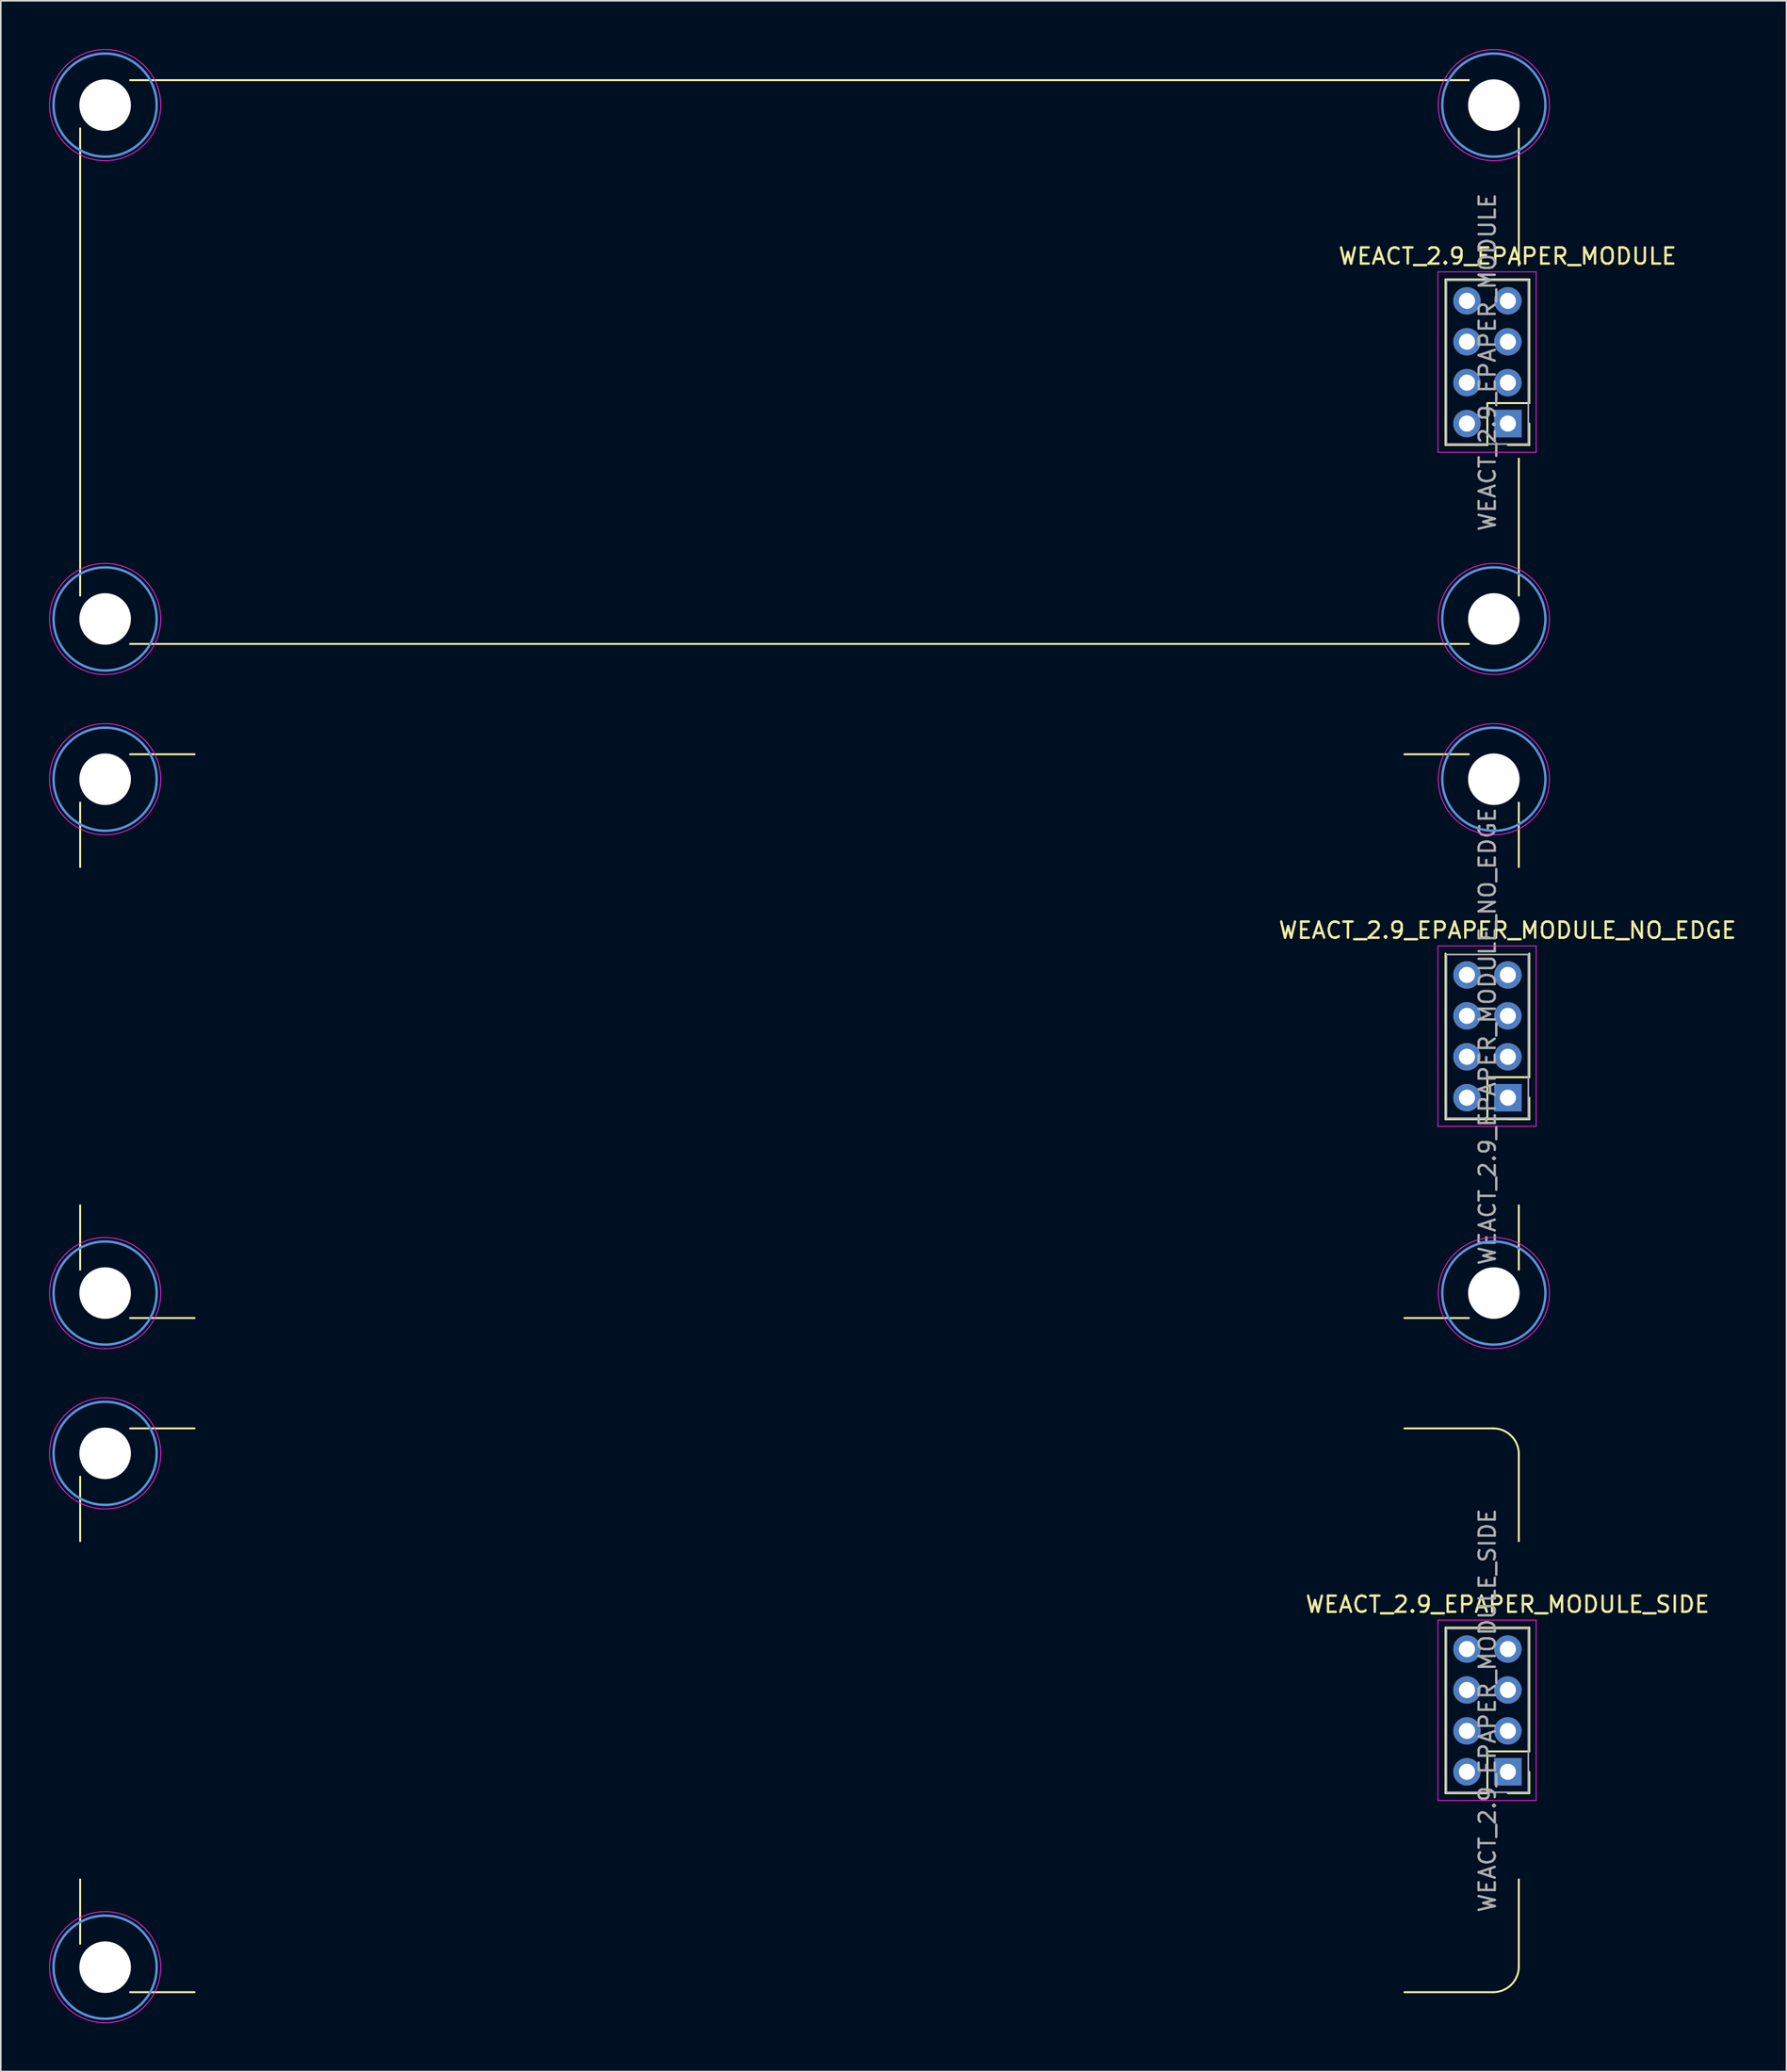
<source format=kicad_pcb>
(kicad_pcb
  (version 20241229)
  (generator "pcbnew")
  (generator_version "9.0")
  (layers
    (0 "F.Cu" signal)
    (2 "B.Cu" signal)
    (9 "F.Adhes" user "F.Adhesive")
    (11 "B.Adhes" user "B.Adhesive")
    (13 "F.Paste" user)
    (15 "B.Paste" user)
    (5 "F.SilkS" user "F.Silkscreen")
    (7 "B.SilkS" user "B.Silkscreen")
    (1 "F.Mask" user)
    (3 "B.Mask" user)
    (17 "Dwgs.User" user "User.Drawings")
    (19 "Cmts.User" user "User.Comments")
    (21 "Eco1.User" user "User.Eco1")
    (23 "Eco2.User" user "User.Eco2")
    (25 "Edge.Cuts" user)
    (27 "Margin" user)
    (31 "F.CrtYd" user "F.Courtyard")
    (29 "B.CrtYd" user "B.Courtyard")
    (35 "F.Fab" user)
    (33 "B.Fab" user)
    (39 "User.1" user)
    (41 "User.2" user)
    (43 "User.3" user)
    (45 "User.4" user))
  (footprint "WEACT_2.9_EPAPER_MODULE_NO_EDGE"
    (layer "F.Cu")
    (at 89.275 61.285)
    (property "Reference" "WEACT_2.9_EPAPER_MODULE_NO_EDGE" (at 1.25 -6.58 0) (layer "F.SilkS") (effects (font (size 1 1) (thickness 0.15))))
    (attr through_hole)
    (fp_line (start -87.35 -10.51) (end -87.35 -14.51) (stroke (width 0.12) (type solid)) (layer "F.SilkS"))
    (fp_line (start -87.35 14.49) (end -87.35 10.49) (stroke (width 0.12) (type solid)) (layer "F.SilkS"))
    (fp_line (start -84.25 -17.51) (end -80.25 -17.51) (stroke (width 0.12) (type solid)) (layer "F.SilkS"))
    (fp_line (start -84.25 17.49) (end -80.25 17.49) (stroke (width 0.12) (type solid)) (layer "F.SilkS"))
    (fp_line (start -5.15 -17.51) (end -1.15 -17.51) (stroke (width 0.12) (type solid)) (layer "F.SilkS"))
    (fp_line (start -5.15 17.49) (end -1.15 17.49) (stroke (width 0.12) (type solid)) (layer "F.SilkS"))
    (fp_line (start -2.6 5.14) (end -2.6 -5.14) (stroke (width 0.12) (type solid)) (layer "F.SilkS"))
    (fp_line (start -2.6 5.14) (end 0 5.14) (stroke (width 0.12) (type solid)) (layer "F.SilkS"))
    (fp_line (start -2.6 5.14) (end 2.6 5.14) (stroke (width 0.12) (type solid)) (layer "F.SilkS"))
    (fp_line (start 0 2.54) (end 2.6 2.54) (stroke (width 0.12) (type solid)) (layer "F.SilkS"))
    (fp_line (start 0 5.14) (end 0 2.54) (stroke (width 0.12) (type solid)) (layer "F.SilkS"))
    (fp_line (start 1.27 5.14) (end 2.6 5.14) (stroke (width 0.12) (type solid)) (layer "F.SilkS"))
    (fp_line (start 1.95 -10.51) (end 1.95 -14.51) (stroke (width 0.12) (type solid)) (layer "F.SilkS"))
    (fp_line (start 1.95 14.49) (end 1.95 10.49) (stroke (width 0.12) (type solid)) (layer "F.SilkS"))
    (fp_line (start 2.6 2.54) (end 2.6 -5.14) (stroke (width 0.12) (type solid)) (layer "F.SilkS"))
    (fp_line (start 2.6 5.14) (end 2.6 3.81) (stroke (width 0.12) (type solid)) (layer "F.SilkS"))
    (fp_circle (center -85.8 -15.96) (end -82.6 -15.96) (stroke (width 0.15) (type solid)) (fill no) (layer "Cmts.User"))
    (fp_circle (center -85.8 15.94) (end -82.6 15.94) (stroke (width 0.15) (type solid)) (fill no) (layer "Cmts.User"))
    (fp_circle (center 0.4 -15.96) (end 3.6 -15.96) (stroke (width 0.15) (type solid)) (fill no) (layer "Cmts.User"))
    (fp_circle (center 0.4 15.94) (end 3.6 15.94) (stroke (width 0.15) (type solid)) (fill no) (layer "Cmts.User"))
    (fp_line (start -3.07 -5.61) (end 3.03 -5.61) (stroke (width 0.05) (type solid)) (layer "F.CrtYd"))
    (fp_line (start -3.07 5.59) (end -3.07 -5.61) (stroke (width 0.05) (type solid)) (layer "F.CrtYd"))
    (fp_line (start 3.03 -5.61) (end 3.03 5.59) (stroke (width 0.05) (type solid)) (layer "F.CrtYd"))
    (fp_line (start 3.03 5.59) (end -3.07 5.59) (stroke (width 0.05) (type solid)) (layer "F.CrtYd"))
    (fp_arc (start -89.25 15.939999) (mid -82.35 15.940001) (end -89.25 15.939999) (stroke (width 0.05) (type default)) (layer "F.CrtYd"))
    (fp_arc (start -89.249999 -15.96) (mid -82.349999 -15.959998) (end -89.249999 -15.96) (stroke (width 0.05) (type default)) (layer "F.CrtYd"))
    (fp_arc (start -3.05 -15.960001) (mid 3.85 -15.959999) (end -3.05 -15.960001) (stroke (width 0.05) (type default)) (layer "F.CrtYd"))
    (fp_arc (start -3.05 15.939999) (mid 3.85 15.940001) (end -3.05 15.939999) (stroke (width 0.05) (type default)) (layer "F.CrtYd"))
    (fp_line (start -2.54 -5.08) (end 2.54 -5.08) (stroke (width 0.1) (type solid)) (layer "F.Fab"))
    (fp_line (start -2.54 5.08) (end -2.54 -5.08) (stroke (width 0.1) (type solid)) (layer "F.Fab"))
    (fp_line (start 2.54 -5.08) (end 2.54 5.08) (stroke (width 0.1) (type solid)) (layer "F.Fab"))
    (fp_line (start 2.54 5.08) (end -2.54 5.08) (stroke (width 0.1) (type solid)) (layer "F.Fab"))
    (fp_text user "${REFERENCE}" (at 0 0 90) (layer "F.Fab") (effects (font (size 1 1) (thickness 0.15))))
    (pad "" np_thru_hole circle (at -85.8 -15.96) (size 3.2 3.2) (drill 3.2) (layers "*.Cu" "*.Mask"))
    (pad "" np_thru_hole circle (at -85.8 15.94) (size 3.2 3.2) (drill 3.2) (layers "*.Cu" "*.Mask"))
    (pad "" np_thru_hole circle (at 0.4 -15.96) (size 3.2 3.2) (drill 3.2) (layers "*.Cu" "*.Mask"))
    (pad "" np_thru_hole circle (at 0.4 15.94) (size 3.2 3.2) (drill 3.2) (layers "*.Cu" "*.Mask"))
    (pad "1" thru_hole oval (at 1.27 -3.81) (size 1.7 1.7) (drill 1) (layers "*.Cu" "*.Mask"))
    (pad "2" thru_hole oval (at -1.27 -3.81) (size 1.7 1.7) (drill 1) (layers "*.Cu" "*.Mask"))
    (pad "3" thru_hole oval (at 1.27 -1.27) (size 1.7 1.7) (drill 1) (layers "*.Cu" "*.Mask"))
    (pad "4" thru_hole oval (at -1.27 -1.27) (size 1.7 1.7) (drill 1) (layers "*.Cu" "*.Mask"))
    (pad "5" thru_hole oval (at 1.27 1.27) (size 1.7 1.7) (drill 1) (layers "*.Cu" "*.Mask"))
    (pad "6" thru_hole oval (at -1.27 1.27) (size 1.7 1.7) (drill 1) (layers "*.Cu" "*.Mask"))
    (pad "7" thru_hole rect (at 1.27 3.81) (size 1.7 1.7) (drill 1) (layers "*.Cu" "*.Mask"))
    (pad "8" thru_hole oval (at -1.27 3.81) (size 1.7 1.7) (drill 1) (layers "*.Cu" "*.Mask")))
  (footprint "WEACT_2.9_EPAPER_MODULE_SIDE"
    (layer "F.Cu")
    (at 89.275 103.135)
    (property "Reference" "WEACT_2.9_EPAPER_MODULE_SIDE" (at 1.25 -6.58 0) (layer "F.SilkS") (effects (font (size 1 1) (thickness 0.15))))
    (attr through_hole)
    (fp_line (start -87.35 -10.51) (end -87.35 -14.51) (stroke (width 0.12) (type solid)) (layer "F.SilkS"))
    (fp_line (start -87.35 14.49) (end -87.35 10.49) (stroke (width 0.12) (type solid)) (layer "F.SilkS"))
    (fp_line (start -84.25 -17.51) (end -80.25 -17.51) (stroke (width 0.12) (type solid)) (layer "F.SilkS"))
    (fp_line (start -84.25 17.49) (end -80.25 17.49) (stroke (width 0.12) (type solid)) (layer "F.SilkS"))
    (fp_line (start -5.15 -17.51) (end 0.36 -17.51) (stroke (width 0.12) (type solid)) (layer "F.SilkS"))
    (fp_line (start -5.15 17.49) (end 0.36 17.49) (stroke (width 0.12) (type solid)) (layer "F.SilkS"))
    (fp_line (start -2.6 -5.14) (end 2.6 -5.14) (stroke (width 0.12) (type solid)) (layer "F.SilkS"))
    (fp_line (start -2.6 5.14) (end -2.6 -5.14) (stroke (width 0.12) (type solid)) (layer "F.SilkS"))
    (fp_line (start -2.6 5.14) (end 0 5.14) (stroke (width 0.12) (type solid)) (layer "F.SilkS"))
    (fp_line (start 0 2.54) (end 2.6 2.54) (stroke (width 0.12) (type solid)) (layer "F.SilkS"))
    (fp_line (start 0 5.14) (end 0 2.54) (stroke (width 0.12) (type solid)) (layer "F.SilkS"))
    (fp_line (start 1.27 5.14) (end 2.6 5.14) (stroke (width 0.12) (type solid)) (layer "F.SilkS"))
    (fp_line (start 1.95 -10.51) (end 1.95 -15.92) (stroke (width 0.12) (type solid)) (layer "F.SilkS"))
    (fp_line (start 1.95 10.49) (end 1.95 15.9) (stroke (width 0.12) (type solid)) (layer "F.SilkS"))
    (fp_line (start 2.6 2.54) (end 2.6 -5.14) (stroke (width 0.12) (type solid)) (layer "F.SilkS"))
    (fp_line (start 2.6 5.14) (end 2.6 3.81) (stroke (width 0.12) (type solid)) (layer "F.SilkS"))
    (fp_arc (start 0.36 -17.51) (mid 1.4843 -17.0443) (end 1.95 -15.92) (stroke (width 0.12) (type solid)) (layer "F.SilkS"))
    (fp_arc (start 1.95 15.9) (mid 1.4843 17.0243) (end 0.36 17.49) (stroke (width 0.12) (type solid)) (layer "F.SilkS"))
    (fp_circle (center -85.8 -15.96) (end -82.6 -15.96) (stroke (width 0.15) (type solid)) (fill no) (layer "Cmts.User"))
    (fp_circle (center -85.8 15.94) (end -82.6 15.94) (stroke (width 0.15) (type solid)) (fill no) (layer "Cmts.User"))
    (fp_line (start -3.07 -5.61) (end 3.03 -5.61) (stroke (width 0.05) (type solid)) (layer "F.CrtYd"))
    (fp_line (start -3.07 5.59) (end -3.07 -5.61) (stroke (width 0.05) (type solid)) (layer "F.CrtYd"))
    (fp_line (start 3.03 -5.61) (end 3.03 5.59) (stroke (width 0.05) (type solid)) (layer "F.CrtYd"))
    (fp_line (start 3.03 5.59) (end -3.07 5.59) (stroke (width 0.05) (type solid)) (layer "F.CrtYd"))
    (fp_arc (start -89.25 15.939999) (mid -82.35 15.940001) (end -89.25 15.939999) (stroke (width 0.05) (type default)) (layer "F.CrtYd"))
    (fp_arc (start -89.249999 -15.96) (mid -82.349999 -15.959998) (end -89.249999 -15.96) (stroke (width 0.05) (type default)) (layer "F.CrtYd"))
    (fp_line (start -2.54 -5.08) (end 2.54 -5.08) (stroke (width 0.1) (type solid)) (layer "F.Fab"))
    (fp_line (start -2.54 5.08) (end -2.54 -5.08) (stroke (width 0.1) (type solid)) (layer "F.Fab"))
    (fp_line (start 2.54 -5.08) (end 2.54 5.08) (stroke (width 0.1) (type solid)) (layer "F.Fab"))
    (fp_line (start 2.54 5.08) (end -2.54 5.08) (stroke (width 0.1) (type solid)) (layer "F.Fab"))
    (fp_text user "${REFERENCE}" (at 0 0 90) (layer "F.Fab") (effects (font (size 1 1) (thickness 0.15))))
    (pad "" np_thru_hole circle (at -85.8 -15.96) (size 3.2 3.2) (drill 3.2) (layers "*.Cu" "*.Mask"))
    (pad "" np_thru_hole circle (at -85.8 15.94) (size 3.2 3.2) (drill 3.2) (layers "*.Cu" "*.Mask"))
    (pad "1" thru_hole oval (at 1.27 -3.81) (size 1.7 1.7) (drill 1) (layers "*.Cu" "*.Mask"))
    (pad "2" thru_hole oval (at -1.27 -3.81) (size 1.7 1.7) (drill 1) (layers "*.Cu" "*.Mask"))
    (pad "3" thru_hole oval (at 1.27 -1.27) (size 1.7 1.7) (drill 1) (layers "*.Cu" "*.Mask"))
    (pad "4" thru_hole oval (at -1.27 -1.27) (size 1.7 1.7) (drill 1) (layers "*.Cu" "*.Mask"))
    (pad "5" thru_hole oval (at 1.27 1.27) (size 1.7 1.7) (drill 1) (layers "*.Cu" "*.Mask"))
    (pad "6" thru_hole oval (at -1.27 1.27) (size 1.7 1.7) (drill 1) (layers "*.Cu" "*.Mask"))
    (pad "7" thru_hole rect (at 1.27 3.81) (size 1.7 1.7) (drill 1) (layers "*.Cu" "*.Mask"))
    (pad "8" thru_hole oval (at -1.27 3.81) (size 1.7 1.7) (drill 1) (layers "*.Cu" "*.Mask")))
  (footprint "WEACT_2.9_EPAPER_MODULE"
    (layer "F.Cu")
    (at 89.275 19.435)
    (property "Reference" "WEACT_2.9_EPAPER_MODULE" (at 1.25 -6.58 0) (layer "F.SilkS") (effects (font (size 1 1) (thickness 0.15))))
    (attr through_hole)
    (fp_line (start -87.35 -14.51) (end -87.35 14.49) (stroke (width 0.12) (type solid)) (layer "F.SilkS"))
    (fp_line (start -84.25 -17.51) (end -1.15 -17.51) (stroke (width 0.12) (type solid)) (layer "F.SilkS"))
    (fp_line (start -84.25 17.49) (end -1.15 17.49) (stroke (width 0.12) (type solid)) (layer "F.SilkS"))
    (fp_line (start -2.6 -5.14) (end 2.6 -5.14) (stroke (width 0.12) (type solid)) (layer "F.SilkS"))
    (fp_line (start -2.6 5.14) (end -2.6 -5.14) (stroke (width 0.12) (type solid)) (layer "F.SilkS"))
    (fp_line (start -2.6 5.14) (end 0 5.14) (stroke (width 0.12) (type solid)) (layer "F.SilkS"))
    (fp_line (start 0 2.54) (end 2.6 2.54) (stroke (width 0.12) (type solid)) (layer "F.SilkS"))
    (fp_line (start 0 5.14) (end 0 2.54) (stroke (width 0.12) (type solid)) (layer "F.SilkS"))
    (fp_line (start 1.27 5.14) (end 2.6 5.14) (stroke (width 0.12) (type solid)) (layer "F.SilkS"))
    (fp_line (start 1.95 -14.51) (end 1.95 -6.01) (stroke (width 0.12) (type solid)) (layer "F.SilkS"))
    (fp_line (start 1.95 14.49) (end 1.95 5.99) (stroke (width 0.12) (type solid)) (layer "F.SilkS"))
    (fp_line (start 2.6 2.54) (end 2.6 -5.14) (stroke (width 0.12) (type solid)) (layer "F.SilkS"))
    (fp_line (start 2.6 5.14) (end 2.6 3.81) (stroke (width 0.12) (type solid)) (layer "F.SilkS"))
    (fp_circle (center -85.8 -15.96) (end -82.6 -15.96) (stroke (width 0.15) (type solid)) (fill no) (layer "Cmts.User"))
    (fp_circle (center -85.8 15.94) (end -82.6 15.94) (stroke (width 0.15) (type solid)) (fill no) (layer "Cmts.User"))
    (fp_circle (center 0.4 -15.96) (end 3.6 -15.96) (stroke (width 0.15) (type solid)) (fill no) (layer "Cmts.User"))
    (fp_circle (center 0.4 15.94) (end 3.6 15.94) (stroke (width 0.15) (type solid)) (fill no) (layer "Cmts.User"))
    (fp_line (start -3.07 -5.61) (end 3.03 -5.61) (stroke (width 0.05) (type solid)) (layer "F.CrtYd"))
    (fp_line (start -3.07 5.59) (end -3.07 -5.61) (stroke (width 0.05) (type solid)) (layer "F.CrtYd"))
    (fp_line (start 3.03 -5.61) (end 3.03 5.59) (stroke (width 0.05) (type solid)) (layer "F.CrtYd"))
    (fp_line (start 3.03 5.59) (end -3.07 5.59) (stroke (width 0.05) (type solid)) (layer "F.CrtYd"))
    (fp_arc (start -89.25 15.939999) (mid -82.35 15.940001) (end -89.25 15.939999) (stroke (width 0.05) (type default)) (layer "F.CrtYd"))
    (fp_arc (start -89.249999 -15.96) (mid -82.349999 -15.959998) (end -89.249999 -15.96) (stroke (width 0.05) (type default)) (layer "F.CrtYd"))
    (fp_arc (start -3.05 -15.960001) (mid 3.85 -15.959999) (end -3.05 -15.960001) (stroke (width 0.05) (type default)) (layer "F.CrtYd"))
    (fp_arc (start -3.05 15.939999) (mid 3.85 15.940001) (end -3.05 15.939999) (stroke (width 0.05) (type default)) (layer "F.CrtYd"))
    (fp_line (start -2.54 -5.08) (end 2.54 -5.08) (stroke (width 0.1) (type solid)) (layer "F.Fab"))
    (fp_line (start -2.54 5.08) (end -2.54 -5.08) (stroke (width 0.1) (type solid)) (layer "F.Fab"))
    (fp_line (start 2.54 -5.08) (end 2.54 5.08) (stroke (width 0.1) (type solid)) (layer "F.Fab"))
    (fp_line (start 2.54 5.08) (end -2.54 5.08) (stroke (width 0.1) (type solid)) (layer "F.Fab"))
    (fp_text user "${REFERENCE}" (at 0 0 90) (layer "F.Fab") (effects (font (size 1 1) (thickness 0.15))))
    (pad "" np_thru_hole circle (at -85.8 -15.96) (size 3.2 3.2) (drill 3.2) (layers "*.Cu" "*.Mask"))
    (pad "" np_thru_hole circle (at -85.8 15.94) (size 3.2 3.2) (drill 3.2) (layers "*.Cu" "*.Mask"))
    (pad "" np_thru_hole circle (at 0.4 -15.96) (size 3.2 3.2) (drill 3.2) (layers "*.Cu" "*.Mask"))
    (pad "" np_thru_hole circle (at 0.4 15.94) (size 3.2 3.2) (drill 3.2) (layers "*.Cu" "*.Mask"))
    (pad "1" thru_hole oval (at 1.27 -3.81) (size 1.7 1.7) (drill 1) (layers "*.Cu" "*.Mask"))
    (pad "2" thru_hole oval (at -1.27 -3.81) (size 1.7 1.7) (drill 1) (layers "*.Cu" "*.Mask"))
    (pad "3" thru_hole oval (at 1.27 -1.27) (size 1.7 1.7) (drill 1) (layers "*.Cu" "*.Mask"))
    (pad "4" thru_hole oval (at -1.27 -1.27) (size 1.7 1.7) (drill 1) (layers "*.Cu" "*.Mask"))
    (pad "5" thru_hole oval (at 1.27 1.27) (size 1.7 1.7) (drill 1) (layers "*.Cu" "*.Mask"))
    (pad "6" thru_hole oval (at -1.27 1.27) (size 1.7 1.7) (drill 1) (layers "*.Cu" "*.Mask"))
    (pad "7" thru_hole rect (at 1.27 3.81) (size 1.7 1.7) (drill 1) (layers "*.Cu" "*.Mask"))
    (pad "8" thru_hole oval (at -1.27 3.81) (size 1.7 1.7) (drill 1) (layers "*.Cu" "*.Mask")))
  (gr_rect
    (start -3 -3)
    (end 107.84 125.55)
    (stroke (width 0.1) (type default))
    (fill no)
    (layer "Edge.Cuts")))
</source>
